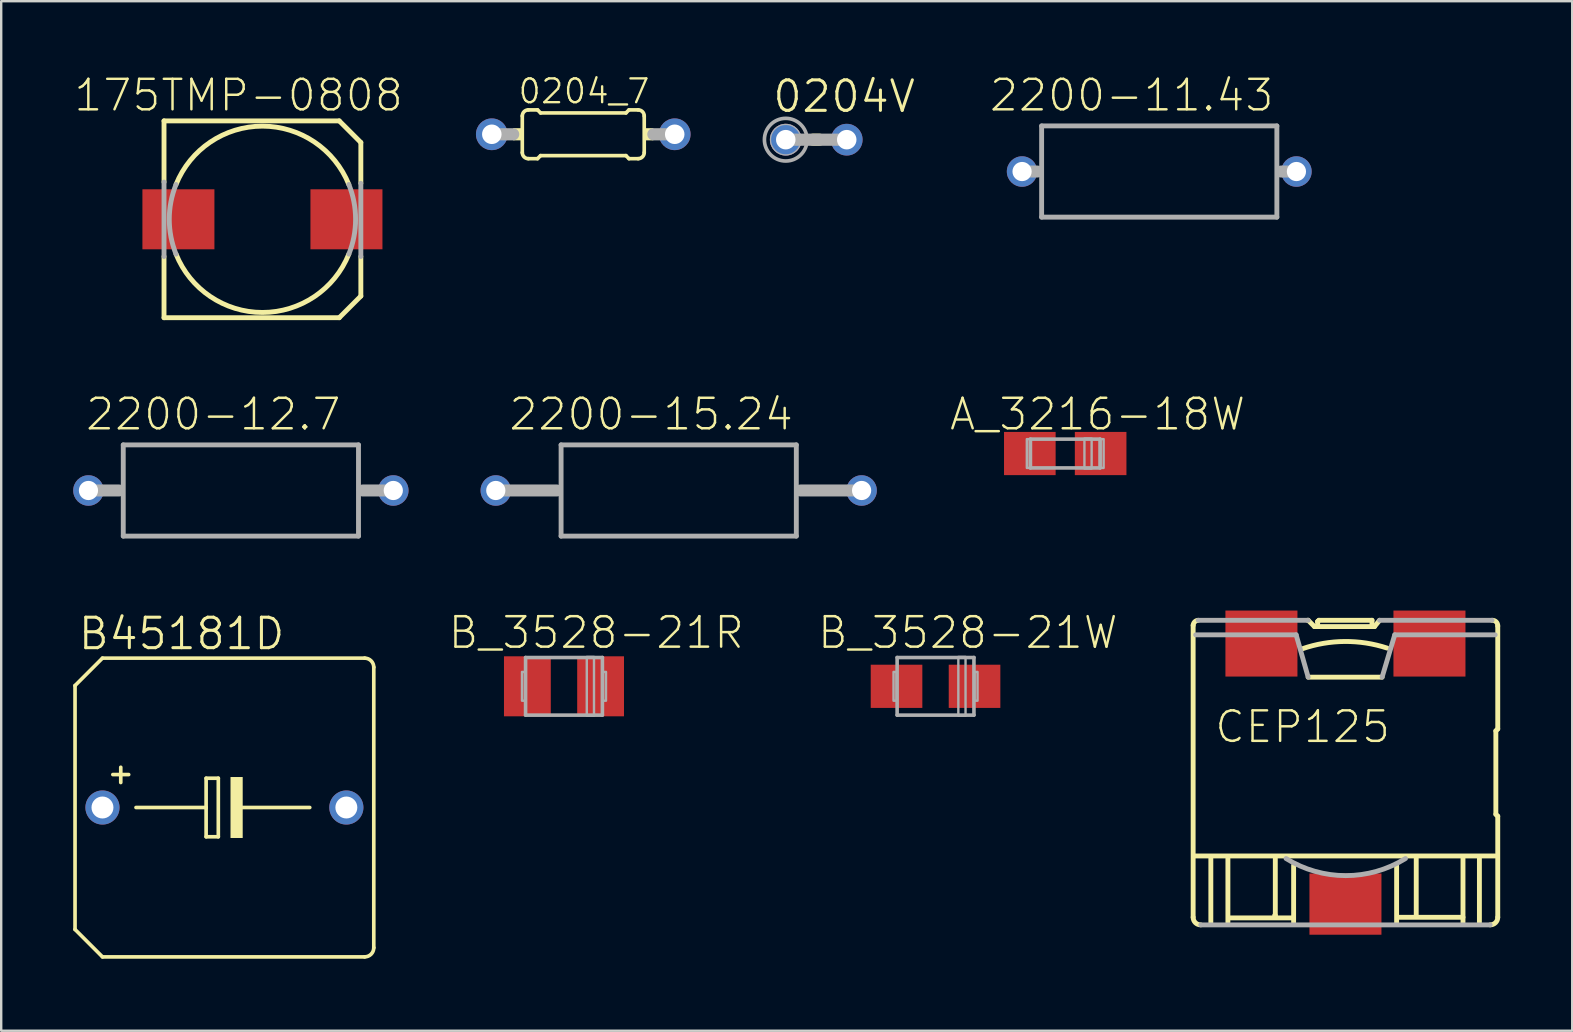
<source format=kicad_pcb>
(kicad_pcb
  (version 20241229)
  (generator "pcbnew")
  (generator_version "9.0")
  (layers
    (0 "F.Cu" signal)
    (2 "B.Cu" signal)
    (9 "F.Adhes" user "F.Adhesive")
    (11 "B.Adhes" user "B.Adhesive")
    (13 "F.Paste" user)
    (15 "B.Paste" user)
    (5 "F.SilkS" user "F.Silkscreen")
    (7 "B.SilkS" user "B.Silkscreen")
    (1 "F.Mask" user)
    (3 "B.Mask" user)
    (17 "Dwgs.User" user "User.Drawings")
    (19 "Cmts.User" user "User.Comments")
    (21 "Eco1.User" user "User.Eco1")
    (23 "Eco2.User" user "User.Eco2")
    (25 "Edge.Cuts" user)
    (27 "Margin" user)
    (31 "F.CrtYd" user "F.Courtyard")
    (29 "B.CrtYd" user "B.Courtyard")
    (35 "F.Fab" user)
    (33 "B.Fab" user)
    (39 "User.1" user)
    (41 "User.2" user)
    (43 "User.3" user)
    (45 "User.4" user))
  (footprint "B_3528-21R"
    (layer "F.Cu")
    (at 20.446 25.542)
    (property "Reference" "B_3528-21R" (at 1.346 -2.235 0) (layer "F.SilkS") (effects (font (size 1.27 1.27) (thickness 0.102))))
    (attr through_hole)
    (fp_line (start -1.6 -1.2) (end 1.6 -1.2) (stroke (width 0.15) (type solid)) (layer "F.Fab"))
    (fp_line (start -1.6 1.2) (end -1.6 -1.2) (stroke (width 0.15) (type solid)) (layer "F.Fab"))
    (fp_line (start 1.6 -1.2) (end 1.6 1.2) (stroke (width 0.15) (type solid)) (layer "F.Fab"))
    (fp_line (start 1.6 1.2) (end -1.6 1.2) (stroke (width 0.15) (type solid)) (layer "F.Fab"))
    (fp_poly (pts (xy -1.75 -0.6) (xy -1.625 -0.6) (xy -1.625 0.6) (xy -1.75 0.6)) (stroke (width 0.1) (type solid)) (fill no) (layer "F.Fab"))
    (fp_poly (pts (xy 0.95 -1.225) (xy 1.25 -1.225) (xy 1.25 1.225) (xy 0.95 1.225)) (stroke (width 0.1) (type solid)) (fill no) (layer "F.Fab"))
    (fp_poly (pts (xy 1.625 -0.6) (xy 1.75 -0.6) (xy 1.75 0.6) (xy 1.625 0.6)) (stroke (width 0.1) (type solid)) (fill no) (layer "F.Fab"))
    (pad "+" smd rect (at 1.525 0) (size 1.95 2.5) (layers "F.Cu" "F.Mask" "F.Paste"))
    (pad "-" smd rect (at -1.525 0) (size 1.95 2.5) (layers "F.Cu" "F.Mask" "F.Paste")))
  (footprint "A_3216-18W"
    (layer "F.Cu")
    (at 41.328 15.844)
    (property "Reference" "A_3216-18W" (at 1.346 -1.635 0) (layer "F.SilkS") (effects (font (size 1.27 1.27) (thickness 0.102))))
    (attr through_hole)
    (fp_line (start -1.45 -0.6) (end 1.45 -0.6) (stroke (width 0.15) (type solid)) (layer "F.Fab"))
    (fp_line (start -1.45 0.6) (end -1.45 -0.6) (stroke (width 0.15) (type solid)) (layer "F.Fab"))
    (fp_line (start 1.45 -0.6) (end 1.45 0.6) (stroke (width 0.15) (type solid)) (layer "F.Fab"))
    (fp_line (start 1.45 0.6) (end -1.45 0.6) (stroke (width 0.15) (type solid)) (layer "F.Fab"))
    (fp_poly (pts (xy -1.6 -0.6) (xy -1.475 -0.6) (xy -1.475 0.6) (xy -1.6 0.6)) (stroke (width 0.1) (type solid)) (fill no) (layer "F.Fab"))
    (fp_poly (pts (xy 0.8 -0.625) (xy 1.1 -0.625) (xy 1.1 0.625) (xy 0.8 0.625)) (stroke (width 0.1) (type solid)) (fill no) (layer "F.Fab"))
    (fp_poly (pts (xy 1.475 -0.6) (xy 1.6 -0.6) (xy 1.6 0.6) (xy 1.475 0.6)) (stroke (width 0.1) (type solid)) (fill no) (layer "F.Fab"))
    (pad "+" smd rect (at 1.475 0) (size 2.15 1.8) (layers "F.Cu" "F.Mask" "F.Paste"))
    (pad "-" smd rect (at -1.475 0) (size 2.15 1.8) (layers "F.Cu" "F.Mask" "F.Paste")))
  (footprint "B_3528-21W"
    (layer "F.Cu")
    (at 35.925 25.542)
    (property "Reference" "B_3528-21W" (at 1.346 -2.235 0) (layer "F.SilkS") (effects (font (size 1.27 1.27) (thickness 0.102))))
    (attr through_hole)
    (fp_line (start -1.6 -1.2) (end 1.6 -1.2) (stroke (width 0.15) (type solid)) (layer "F.Fab"))
    (fp_line (start -1.6 1.2) (end -1.6 -1.2) (stroke (width 0.15) (type solid)) (layer "F.Fab"))
    (fp_line (start 1.6 -1.2) (end 1.6 1.2) (stroke (width 0.15) (type solid)) (layer "F.Fab"))
    (fp_line (start 1.6 1.2) (end -1.6 1.2) (stroke (width 0.15) (type solid)) (layer "F.Fab"))
    (fp_poly (pts (xy -1.75 -0.6) (xy -1.625 -0.6) (xy -1.625 0.6) (xy -1.75 0.6)) (stroke (width 0.1) (type solid)) (fill no) (layer "F.Fab"))
    (fp_poly (pts (xy 0.95 -1.225) (xy 1.25 -1.225) (xy 1.25 1.225) (xy 0.95 1.225)) (stroke (width 0.1) (type solid)) (fill no) (layer "F.Fab"))
    (fp_poly (pts (xy 1.625 -0.6) (xy 1.75 -0.6) (xy 1.75 0.6) (xy 1.625 0.6)) (stroke (width 0.1) (type solid)) (fill no) (layer "F.Fab"))
    (pad "+" smd rect (at 1.625 0) (size 2.15 1.8) (layers "F.Cu" "F.Mask" "F.Paste"))
    (pad "-" smd rect (at -1.625 0) (size 2.15 1.8) (layers "F.Cu" "F.Mask" "F.Paste")))
  (footprint "CEP125"
    (layer "F.Cu")
    (at 53.002 29.136)
    (property "Reference" "CEP125" (at -1.784 -1.905 0) (layer "F.SilkS") (effects (font (size 1.27 1.27) (thickness 0.102))))
    (attr through_hole)
    (fp_line (start -6.345 6.029) (end -6.345 -6.134) (stroke (width 0.203) (type solid)) (layer "F.SilkS"))
    (fp_line (start -5.608 3.58) (end -5.608 6.239) (stroke (width 0.203) (type solid)) (layer "F.SilkS"))
    (fp_line (start -4.897 6.239) (end -4.897 3.58) (stroke (width 0.203) (type solid)) (layer "F.SilkS"))
    (fp_line (start -4.792 6.055) (end -2.212 6.055) (stroke (width 0.203) (type solid)) (layer "F.SilkS"))
    (fp_line (start -2.949 5.95) (end -2.922 5.95) (stroke (width 0.203) (type solid)) (layer "F.SilkS"))
    (fp_line (start -2.922 5.95) (end -2.922 3.58) (stroke (width 0.203) (type solid)) (layer "F.SilkS"))
    (fp_line (start -2.159 6.239) (end -2.159 3.87) (stroke (width 0.203) (type solid)) (layer "F.SilkS"))
    (fp_line (start -1.58 -6.345) (end -1.553 -6.345) (stroke (width 0.203) (type solid)) (layer "F.SilkS"))
    (fp_line (start -1.553 -3.975) (end 1.527 -3.975) (stroke (width 0.203) (type solid)) (layer "F.SilkS"))
    (fp_line (start -1.553 -6.345) (end -1.29 -6.082) (stroke (width 0.203) (type solid)) (layer "F.SilkS"))
    (fp_line (start -1.29 -6.082) (end -1.158 -6.082) (stroke (width 0.203) (type solid)) (layer "F.SilkS"))
    (fp_line (start -1.158 -6.292) (end -1.158 -6.292) (stroke (width 0.203) (type solid)) (layer "F.SilkS"))
    (fp_line (start -1.158 -6.082) (end -1.158 -6.292) (stroke (width 0.203) (type solid)) (layer "F.SilkS"))
    (fp_line (start -1.158 -6.292) (end -1.106 -6.345) (stroke (width 0.203) (type solid)) (layer "F.SilkS"))
    (fp_line (start -1.106 -6.345) (end 1.106 -6.345) (stroke (width 0.203) (type solid)) (layer "F.SilkS"))
    (fp_line (start 1.106 -6.345) (end 1.106 -6.082) (stroke (width 0.203) (type solid)) (layer "F.SilkS"))
    (fp_line (start 1.106 -6.082) (end -1.158 -6.082) (stroke (width 0.203) (type solid)) (layer "F.SilkS"))
    (fp_line (start 1.106 -6.082) (end 1.211 -6.082) (stroke (width 0.203) (type solid)) (layer "F.SilkS"))
    (fp_line (start 1.211 -6.082) (end 1.422 -6.345) (stroke (width 0.203) (type solid)) (layer "F.SilkS"))
    (fp_line (start 2.132 6.239) (end 2.132 3.87) (stroke (width 0.203) (type solid)) (layer "F.SilkS"))
    (fp_line (start 2.238 6.029) (end 4.897 6.029) (stroke (width 0.203) (type solid)) (layer "F.SilkS"))
    (fp_line (start 2.949 5.924) (end 2.949 3.58) (stroke (width 0.203) (type solid)) (layer "F.SilkS"))
    (fp_line (start 4.897 3.58) (end 4.897 6.239) (stroke (width 0.203) (type solid)) (layer "F.SilkS"))
    (fp_line (start 5.581 6.239) (end 5.581 3.58) (stroke (width 0.203) (type solid)) (layer "F.SilkS"))
    (fp_line (start 6.239 3.475) (end -6.266 3.475) (stroke (width 0.203) (type solid)) (layer "F.SilkS"))
    (fp_line (start 6.266 -1.738) (end 6.266 1.738) (stroke (width 0.203) (type solid)) (layer "F.SilkS"))
    (fp_line (start 6.266 1.738) (end 6.345 1.817) (stroke (width 0.203) (type solid)) (layer "F.SilkS"))
    (fp_line (start 6.345 -6.108) (end 6.345 -1.817) (stroke (width 0.203) (type solid)) (layer "F.SilkS"))
    (fp_line (start 6.345 -1.817) (end 6.266 -1.738) (stroke (width 0.203) (type solid)) (layer "F.SilkS"))
    (fp_line (start 6.345 1.817) (end 6.345 6.029) (stroke (width 0.203) (type solid)) (layer "F.SilkS"))
    (fp_arc (start -6.3448 -6.1342) (mid -6.279551 -6.279551) (end -6.1342 -6.3448) (stroke (width 0.2032) (type solid)) (layer "F.SilkS"))
    (fp_arc (start -6.0289 6.3448) (mid -6.253014 6.253014) (end -6.3448 6.0289) (stroke (width 0.2032) (type solid)) (layer "F.SilkS"))
    (fp_arc (start -1.7902 -5.1601) (mid -0.028441 -5.461529) (end 1.737601 -5.1863) (stroke (width 0.2032) (type solid)) (layer "F.SilkS"))
    (fp_arc (start 6.1079 -6.3448) (mid 6.279488 -6.279488) (end 6.3448 -6.1079) (stroke (width 0.2032) (type solid)) (layer "F.SilkS"))
    (fp_arc (start 6.3448 6.0289) (mid 6.253104 6.253104) (end 6.0289 6.3448) (stroke (width 0.2032) (type solid)) (layer "F.SilkS"))
    (fp_line (start -6.239 -5.739) (end -2.054 -5.739) (stroke (width 0.203) (type solid)) (layer "F.Fab"))
    (fp_line (start -6.134 -6.345) (end -1.553 -6.345) (stroke (width 0.203) (type solid)) (layer "F.Fab"))
    (fp_line (start -2.054 -5.739) (end -1.553 -3.975) (stroke (width 0.203) (type solid)) (layer "F.Fab"))
    (fp_line (start 1.422 -6.345) (end 6.108 -6.345) (stroke (width 0.203) (type solid)) (layer "F.Fab"))
    (fp_line (start 1.527 -3.975) (end 2.054 -5.739) (stroke (width 0.203) (type solid)) (layer "F.Fab"))
    (fp_line (start 2.054 -5.739) (end 6.239 -5.739) (stroke (width 0.203) (type solid)) (layer "F.Fab"))
    (fp_line (start 6.029 6.345) (end -6.029 6.345) (stroke (width 0.203) (type solid)) (layer "F.Fab"))
    (fp_arc (start 2.5011 3.5805) (mid 0.0132 4.292797) (end -2.4747 3.5805) (stroke (width 0.2032) (type solid)) (layer "F.Fab"))
    (pad "1" smd rect (at -3.5 -5.375) (size 3 2.75) (layers "F.Cu" "F.Mask" "F.Paste"))
    (pad "2" smd rect (at 3.5 -5.375) (size 3 2.75) (layers "F.Cu" "F.Mask" "F.Paste"))
    (pad "3" smd rect (at 0 5.48) (size 3 2.55) (layers "F.Cu" "F.Mask" "F.Paste")))
  (footprint "2200-15.24"
    (layer "F.Cu")
    (at 25.225 17.384)
    (property "Reference" "2200-15.24" (at -1.149 -3.175 0) (layer "F.SilkS") (effects (font (size 1.27 1.27) (thickness 0.102))))
    (attr through_hole)
    (fp_line (start -7.62 0) (end -5.08 0) (stroke (width 0.5) (type solid)) (layer "F.Fab"))
    (fp_line (start -4.9 -1.9) (end 4.9 -1.9) (stroke (width 0.203) (type solid)) (layer "F.Fab"))
    (fp_line (start -4.9 1.9) (end -4.9 -1.9) (stroke (width 0.203) (type solid)) (layer "F.Fab"))
    (fp_line (start 4.9 -1.9) (end 4.9 1.9) (stroke (width 0.203) (type solid)) (layer "F.Fab"))
    (fp_line (start 4.9 1.9) (end -4.9 1.9) (stroke (width 0.203) (type solid)) (layer "F.Fab"))
    (fp_line (start 7.62 0) (end 5.08 0) (stroke (width 0.5) (type solid)) (layer "F.Fab"))
    (pad "1" thru_hole circle (at -7.62 0) (size 1.27 1.27) (drill 0.8) (layers "*.Cu" "*.Mask"))
    (pad "2" thru_hole circle (at 7.62 0) (size 1.27 1.27) (drill 0.8) (layers "*.Cu" "*.Mask")))
  (footprint "0204_7"
    (layer "F.Cu")
    (at 21.249 2.544)
    (property "Reference" "0204_7" (at 0.031 -1.791 0) (layer "F.SilkS") (effects (font (size 0.991 0.991) (thickness 0.099))))
    (attr through_hole)
    (fp_line (start -2.54 0.762) (end -2.54 -0.762) (stroke (width 0.152) (type solid)) (layer "F.SilkS"))
    (fp_line (start -2.286 -1.016) (end -1.905 -1.016) (stroke (width 0.152) (type solid)) (layer "F.SilkS"))
    (fp_line (start -2.286 1.016) (end -1.905 1.016) (stroke (width 0.152) (type solid)) (layer "F.SilkS"))
    (fp_line (start -1.778 -0.889) (end -1.905 -1.016) (stroke (width 0.152) (type solid)) (layer "F.SilkS"))
    (fp_line (start -1.778 0.889) (end -1.905 1.016) (stroke (width 0.152) (type solid)) (layer "F.SilkS"))
    (fp_line (start 1.778 -0.889) (end -1.778 -0.889) (stroke (width 0.152) (type solid)) (layer "F.SilkS"))
    (fp_line (start 1.778 -0.889) (end 1.905 -1.016) (stroke (width 0.152) (type solid)) (layer "F.SilkS"))
    (fp_line (start 1.778 0.889) (end -1.778 0.889) (stroke (width 0.152) (type solid)) (layer "F.SilkS"))
    (fp_line (start 1.778 0.889) (end 1.905 1.016) (stroke (width 0.152) (type solid)) (layer "F.SilkS"))
    (fp_line (start 2.286 -1.016) (end 1.905 -1.016) (stroke (width 0.152) (type solid)) (layer "F.SilkS"))
    (fp_line (start 2.286 1.016) (end 1.905 1.016) (stroke (width 0.152) (type solid)) (layer "F.SilkS"))
    (fp_line (start 2.54 0.762) (end 2.54 -0.762) (stroke (width 0.152) (type solid)) (layer "F.SilkS"))
    (fp_arc (start -2.54 -0.762) (mid -2.465605 -0.941605) (end -2.286 -1.016) (stroke (width 0.1524) (type solid)) (layer "F.SilkS"))
    (fp_arc (start -2.286 1.016) (mid -2.465605 0.941605) (end -2.54 0.762) (stroke (width 0.1524) (type solid)) (layer "F.SilkS"))
    (fp_arc (start 2.286 -1.016) (mid 2.465605 -0.941605) (end 2.54 -0.762) (stroke (width 0.1524) (type solid)) (layer "F.SilkS"))
    (fp_arc (start 2.54 0.762) (mid 2.465605 0.941605) (end 2.286 1.016) (stroke (width 0.1524) (type solid)) (layer "F.SilkS"))
    (fp_poly (pts (xy -2.921 -0.254) (xy -2.54 -0.254) (xy -2.54 0.254) (xy -2.921 0.254)) (stroke (width 0) (type solid)) (fill yes) (layer "F.SilkS"))
    (fp_poly (pts (xy 2.54 -0.254) (xy 2.921 -0.254) (xy 2.921 0.254) (xy 2.54 0.254)) (stroke (width 0) (type solid)) (fill yes) (layer "F.SilkS"))
    (fp_line (start -3.81 0) (end -2.921 0) (stroke (width 0.508) (type solid)) (layer "F.Fab"))
    (fp_line (start 3.81 0) (end 2.921 0) (stroke (width 0.508) (type solid)) (layer "F.Fab"))
    (pad "1" thru_hole circle (at -3.81 0) (size 1.321 1.321) (drill 0.813) (layers "*.Cu" "*.Mask"))
    (pad "2" thru_hole circle (at 3.81 0) (size 1.321 1.321) (drill 0.813) (layers "*.Cu" "*.Mask")))
  (footprint "175TMP-0808"
    (layer "F.Cu")
    (at 7.883 6.086)
    (property "Reference" "175TMP-0808" (at -0.994 -5.165 0) (layer "F.SilkS") (effects (font (size 1.27 1.27) (thickness 0.102))))
    (attr through_hole)
    (fp_line (start -4.1 -4.1) (end 3.2 -4.1) (stroke (width 0.203) (type solid)) (layer "F.SilkS"))
    (fp_line (start -4.1 -1.55) (end -4.1 -4.1) (stroke (width 0.203) (type solid)) (layer "F.SilkS"))
    (fp_line (start -4.1 4.1) (end -4.1 1.55) (stroke (width 0.203) (type solid)) (layer "F.SilkS"))
    (fp_line (start 3.2 -4.1) (end 4.1 -3.2) (stroke (width 0.203) (type solid)) (layer "F.SilkS"))
    (fp_line (start 3.2 4.1) (end -4.1 4.1) (stroke (width 0.203) (type solid)) (layer "F.SilkS"))
    (fp_line (start 4.1 -3.2) (end 4.1 -1.5) (stroke (width 0.203) (type solid)) (layer "F.SilkS"))
    (fp_line (start 4.1 1.55) (end 4.1 3.2) (stroke (width 0.203) (type solid)) (layer "F.SilkS"))
    (fp_line (start 4.1 3.2) (end 3.2 4.1) (stroke (width 0.203) (type solid)) (layer "F.SilkS"))
    (fp_arc (start -3.6 -1.45) (mid -0.000001 -3.881044) (end 3.599999 -1.450002) (stroke (width 0.2032) (type solid)) (layer "F.SilkS"))
    (fp_arc (start 3.599999 1.450002) (mid -0.000001 3.881043) (end -3.6 1.45) (stroke (width 0.2032) (type solid)) (layer "F.SilkS"))
    (fp_line (start -4.1 1.55) (end -4.1 -1.55) (stroke (width 0.203) (type solid)) (layer "F.Fab"))
    (fp_line (start 4.1 -1.5) (end 4.1 1.55) (stroke (width 0.203) (type solid)) (layer "F.Fab"))
    (fp_arc (start -3.6 1.45) (mid -3.881044 0) (end -3.6 -1.45) (stroke (width 0.2032) (type solid)) (layer "F.Fab"))
    (fp_arc (start 3.6 -1.45) (mid 3.881044 0) (end 3.6 1.45) (stroke (width 0.2032) (type solid)) (layer "F.Fab"))
    (pad "+" smd rect (at 3.5 0) (size 3 2.5) (layers "F.Cu" "F.Mask" "F.Paste"))
    (pad "-" smd rect (at -3.5 0) (size 3 2.5) (layers "F.Cu" "F.Mask" "F.Paste")))
  (footprint "B45181D"
    (layer "F.Cu")
    (at 6.299 30.591)
    (property "Reference" "B45181D" (at -1.784 -7.239 0) (layer "F.SilkS") (effects (font (size 1.27 1.27) (thickness 0.127))))
    (attr through_hole)
    (fp_line (start -6.223 -5.08) (end -6.223 5.08) (stroke (width 0.152) (type solid)) (layer "F.SilkS"))
    (fp_line (start -6.223 -5.08) (end -5.08 -6.223) (stroke (width 0.152) (type solid)) (layer "F.SilkS"))
    (fp_line (start -5.08 6.223) (end -6.223 5.08) (stroke (width 0.152) (type solid)) (layer "F.SilkS"))
    (fp_line (start -5.08 6.223) (end 5.842 6.223) (stroke (width 0.152) (type solid)) (layer "F.SilkS"))
    (fp_line (start -4.318 -1.676) (end -4.318 -1.041) (stroke (width 0.152) (type solid)) (layer "F.SilkS"))
    (fp_line (start -3.988 -1.372) (end -4.648 -1.372) (stroke (width 0.152) (type solid)) (layer "F.SilkS"))
    (fp_line (start -3.683 0) (end -0.762 0) (stroke (width 0.152) (type solid)) (layer "F.SilkS"))
    (fp_line (start -0.762 -1.219) (end -0.762 0) (stroke (width 0.152) (type solid)) (layer "F.SilkS"))
    (fp_line (start -0.762 0) (end -0.762 1.219) (stroke (width 0.152) (type solid)) (layer "F.SilkS"))
    (fp_line (start -0.762 1.219) (end -0.254 1.219) (stroke (width 0.152) (type solid)) (layer "F.SilkS"))
    (fp_line (start -0.254 -1.219) (end -0.762 -1.219) (stroke (width 0.152) (type solid)) (layer "F.SilkS"))
    (fp_line (start -0.254 1.219) (end -0.254 -1.219) (stroke (width 0.152) (type solid)) (layer "F.SilkS"))
    (fp_line (start 0.635 0) (end 3.556 0) (stroke (width 0.152) (type solid)) (layer "F.SilkS"))
    (fp_line (start 5.842 -6.223) (end -5.08 -6.223) (stroke (width 0.152) (type solid)) (layer "F.SilkS"))
    (fp_line (start 6.223 -5.842) (end 6.223 5.842) (stroke (width 0.152) (type solid)) (layer "F.SilkS"))
    (fp_arc (start 5.842 -6.223) (mid 6.111408 -6.111408) (end 6.223 -5.842) (stroke (width 0.1524) (type solid)) (layer "F.SilkS"))
    (fp_arc (start 6.223 5.842) (mid 6.111408 6.111408) (end 5.842 6.223) (stroke (width 0.1524) (type solid)) (layer "F.SilkS"))
    (fp_poly (pts (xy 0.254 -1.27) (xy 0.762 -1.27) (xy 0.762 1.27) (xy 0.254 1.27)) (stroke (width 0) (type solid)) (fill yes) (layer "F.SilkS"))
    (pad "+" thru_hole circle (at -5.08 0) (size 1.422 1.422) (drill 0.914) (layers "*.Cu" "*.Mask"))
    (pad "-" thru_hole circle (at 5.08 0) (size 1.422 1.422) (drill 0.914) (layers "*.Cu" "*.Mask")))
  (footprint "2200-11.43"
    (layer "F.Cu")
    (at 45.245 4.096)
    (property "Reference" "2200-11.43" (at -1.149 -3.175 0) (layer "F.SilkS") (effects (font (size 1.27 1.27) (thickness 0.102))))
    (attr through_hole)
    (fp_line (start -5.715 0) (end -5.08 0) (stroke (width 0.5) (type solid)) (layer "F.Fab"))
    (fp_line (start -4.9 -1.9) (end 4.9 -1.9) (stroke (width 0.203) (type solid)) (layer "F.Fab"))
    (fp_line (start -4.9 1.9) (end -4.9 -1.9) (stroke (width 0.203) (type solid)) (layer "F.Fab"))
    (fp_line (start 4.9 -1.9) (end 4.9 1.9) (stroke (width 0.203) (type solid)) (layer "F.Fab"))
    (fp_line (start 4.9 1.9) (end -4.9 1.9) (stroke (width 0.203) (type solid)) (layer "F.Fab"))
    (fp_line (start 5.715 0) (end 5.08 0) (stroke (width 0.5) (type solid)) (layer "F.Fab"))
    (pad "1" thru_hole circle (at -5.715 0) (size 1.27 1.27) (drill 0.8) (layers "*.Cu" "*.Mask"))
    (pad "2" thru_hole circle (at 5.715 0) (size 1.27 1.27) (drill 0.8) (layers "*.Cu" "*.Mask")))
  (footprint "2200-12.7"
    (layer "F.Cu")
    (at 6.985 17.384)
    (property "Reference" "2200-12.7" (at -1.149 -3.175 0) (layer "F.SilkS") (effects (font (size 1.27 1.27) (thickness 0.102))))
    (attr through_hole)
    (fp_line (start -6.35 0) (end -5.08 0) (stroke (width 0.5) (type solid)) (layer "F.Fab"))
    (fp_line (start -4.9 -1.9) (end 4.9 -1.9) (stroke (width 0.203) (type solid)) (layer "F.Fab"))
    (fp_line (start -4.9 1.9) (end -4.9 -1.9) (stroke (width 0.203) (type solid)) (layer "F.Fab"))
    (fp_line (start 4.9 -1.9) (end 4.9 1.9) (stroke (width 0.203) (type solid)) (layer "F.Fab"))
    (fp_line (start 4.9 1.9) (end -4.9 1.9) (stroke (width 0.203) (type solid)) (layer "F.Fab"))
    (fp_line (start 6.35 0) (end 5.08 0) (stroke (width 0.5) (type solid)) (layer "F.Fab"))
    (pad "1" thru_hole circle (at -6.35 0) (size 1.27 1.27) (drill 0.8) (layers "*.Cu" "*.Mask"))
    (pad "2" thru_hole circle (at 6.35 0) (size 1.27 1.27) (drill 0.8) (layers "*.Cu" "*.Mask")))
  (footprint "0204V"
    (layer "F.Cu")
    (at 30.955 2.769)
    (property "Reference" "0204V" (at 1.162 -1.803 0) (layer "F.SilkS") (effects (font (size 1.27 1.27) (thickness 0.127))))
    (attr through_hole)
    (fp_line (start -0.127 0) (end 0.127 0) (stroke (width 0.508) (type solid)) (layer "F.SilkS"))
    (fp_line (start -1.27 0) (end 1.27 0) (stroke (width 0.508) (type solid)) (layer "F.Fab"))
    (fp_circle (center -1.27 0) (end -0.635 0) (stroke (width 0.051) (type solid)) (fill no) (layer "F.Fab"))
    (fp_circle (center -1.27 0) (end -0.381 0) (stroke (width 0.152) (type solid)) (fill no) (layer "F.Fab"))
    (pad "1" thru_hole circle (at -1.27 0) (size 1.321 1.321) (drill 0.813) (layers "*.Cu" "*.Mask"))
    (pad "2" thru_hole circle (at 1.27 0) (size 1.321 1.321) (drill 0.813) (layers "*.Cu" "*.Mask")))
  (gr_rect
    (start -3 -3)
    (end 62.449 39.89)
    (stroke (width 0.1) (type default))
    (fill no)
    (layer "Edge.Cuts")))
</source>
